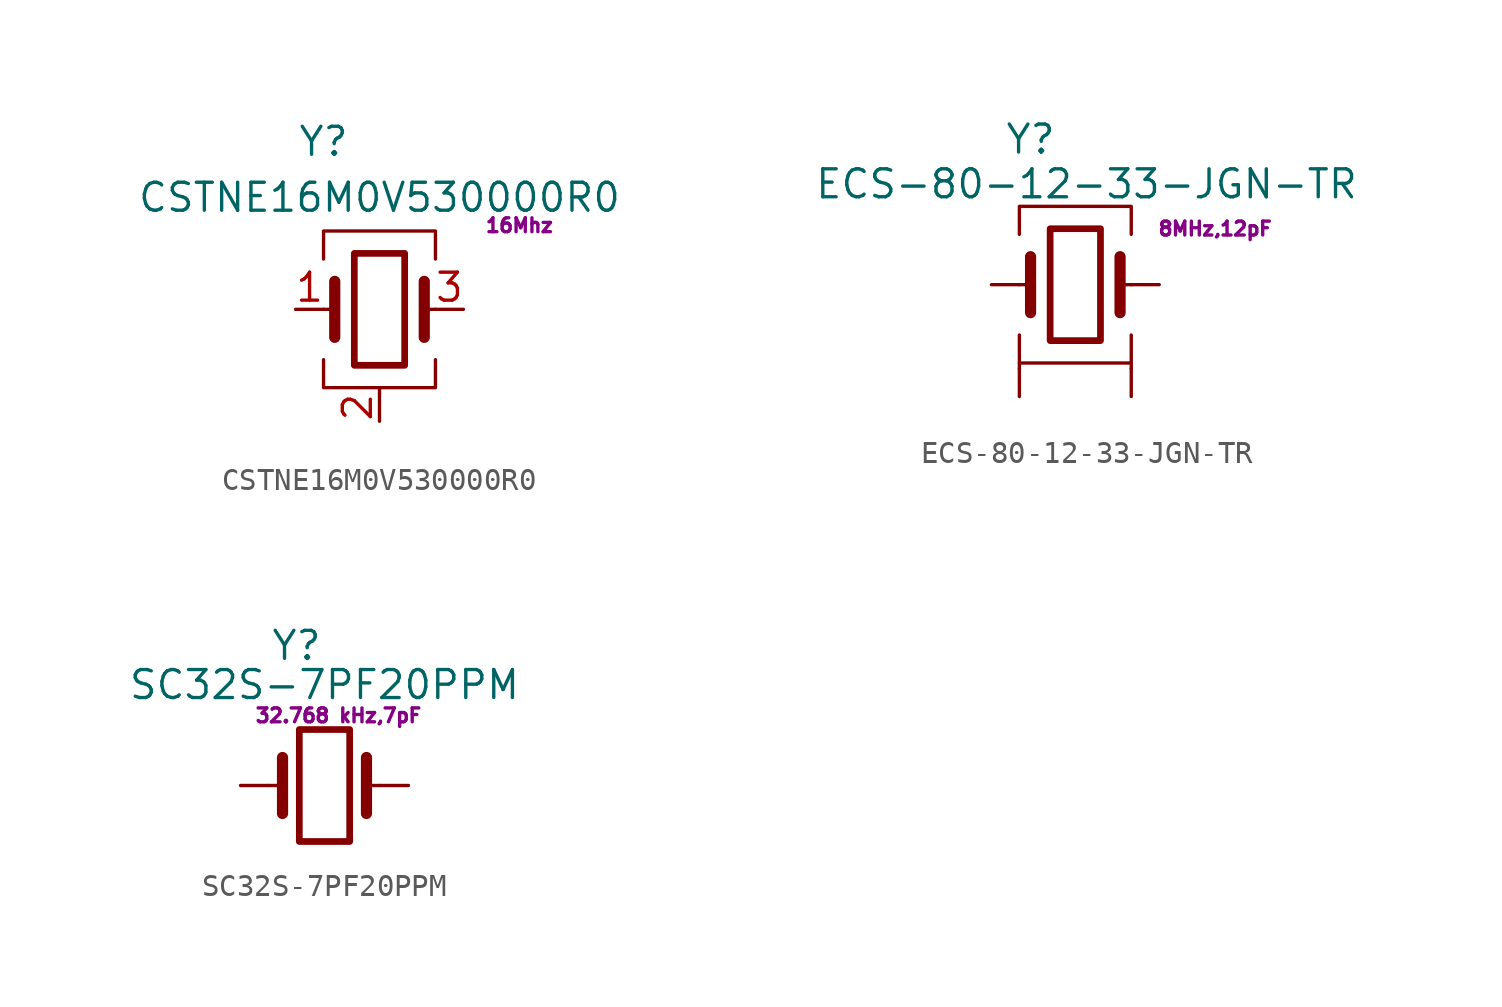
<source format=kicad_sym>
(kicad_symbol_lib
  (version 20241209)
  (generator "kicad_symbol_editor")
  (generator_version "9.0")
  (symbol "CSTNE16M0V530000R0"
    (pin_names
      (hide yes))
    (property "Reference" "Y"
      (at -2.54 7.62 0)
      (effects (font (size 1.27 1.27))))
    (property "Value" "CSTNE16M0V530000R0"
      (at 0 5.08 0)
      (effects (font (size 1.27 1.27))))
    (property "Params" "16Mhz"
      (at 6.35 3.81 0)
      (effects (font (size 0.63 0.63))))
    (symbol "CSTNE16M0V530000R0_0_1"
      (polyline (pts (xy -2.54 2.286) (xy -2.54 3.556) (xy 2.54 3.556) (xy 2.54 2.286)) (stroke (width 0) (type default)) (fill (type none)))
      (polyline (pts (xy -2.54 0) (xy -2.032 0)) (stroke (width 0) (type default)) (fill (type none)))
      (polyline (pts (xy -2.54 -2.286) (xy -2.54 -3.556) (xy 2.54 -3.556) (xy 2.54 -2.286)) (stroke (width 0) (type default)) (fill (type none)))
      (polyline (pts (xy -2.032 -1.27) (xy -2.032 1.27)) (stroke (width 0.508) (type default)) (fill (type none)))
      (rectangle (start -1.143 2.54) (end 1.143 -2.54) (stroke (width 0.305) (type default)) (fill (type none)))
      (polyline (pts (xy 0 -3.81) (xy 0 -3.556)) (stroke (width 0) (type default)) (fill (type none)))
      (polyline (pts (xy 2.032 0) (xy 2.54 0)) (stroke (width 0) (type default)) (fill (type none)))
      (polyline (pts (xy 2.032 -1.27) (xy 2.032 1.27)) (stroke (width 0.508) (type default)) (fill (type none))))
    (symbol "CSTNE16M0V530000R0_1_1"
      (pin passive line (at -3.81 0 0) (length 1.27) (name "1" (effects (font (size 1.27 1.27)))) (number "1" (effects (font (size 1.27 1.27)))))
      (pin power_in line (at 0 -5.08 90) (length 1.27) (name "2" (effects (font (size 1.27 1.27)))) (number "2" (effects (font (size 1.27 1.27)))))
      (pin passive line (at 3.81 0 180) (length 1.27) (name "3" (effects (font (size 1.27 1.27)))) (number "3" (effects (font (size 1.27 1.27)))))))
  (symbol "ECS-80-12-33-JGN-TR"
    (pin_numbers
      (hide yes))
    (pin_names
      (hide yes))
    (property "Reference" "Y"
      (at -2.032 6.604 0)
      (effects (font (size 1.27 1.27))))
    (property "Value" "ECS-80-12-33-JGN-TR"
      (at 0.508 4.572 0)
      (effects (font (size 1.27 1.27))))
    (property "Params" "8MHz,12pF"
      (at 6.35 2.54 0)
      (effects (font (size 0.63 0.63))))
    (symbol "ECS-80-12-33-JGN-TR_0_1"
      (polyline (pts (xy -2.54 2.286) (xy -2.54 3.556) (xy 2.54 3.556) (xy 2.54 2.286)) (stroke (width 0) (type default)) (fill (type none)))
      (polyline (pts (xy -2.54 0) (xy -2.032 0)) (stroke (width 0) (type default)) (fill (type none)))
      (polyline (pts (xy -2.54 -2.286) (xy -2.54 -3.556) (xy 2.54 -3.556) (xy 2.54 -2.286)) (stroke (width 0) (type default)) (fill (type none)))
      (polyline (pts (xy -2.54 -3.81) (xy -2.54 -3.556)) (stroke (width 0) (type default)) (fill (type none)))
      (polyline (pts (xy -2.032 -1.27) (xy -2.032 1.27)) (stroke (width 0.508) (type default)) (fill (type none)))
      (rectangle (start -1.143 2.54) (end 1.143 -2.54) (stroke (width 0.305) (type default)) (fill (type none)))
      (polyline (pts (xy 2.032 0) (xy 2.54 0)) (stroke (width 0) (type default)) (fill (type none)))
      (polyline (pts (xy 2.032 -1.27) (xy 2.032 1.27)) (stroke (width 0.508) (type default)) (fill (type none)))
      (polyline (pts (xy 2.54 -3.81) (xy 2.54 -3.556)) (stroke (width 0) (type default)) (fill (type none))))
    (symbol "ECS-80-12-33-JGN-TR_1_1"
      (pin passive line (at -3.81 0 0) (length 1.27) (name "1" (effects (font (size 1.27 1.27)))) (number "1" (effects (font (size 1.27 1.27)))))
      (pin passive line (at -2.54 -5.08 90) (length 1.27) (name "4" (effects (font (size 1.27 1.27)))) (number "4" (effects (font (size 1.27 1.27)))))
      (pin passive line (at 2.54 -5.08 90) (length 1.27) (name "2" (effects (font (size 1.27 1.27)))) (number "2" (effects (font (size 1.27 1.27)))))
      (pin passive line (at 3.81 0 180) (length 1.27) (name "3" (effects (font (size 1.27 1.27)))) (number "3" (effects (font (size 1.27 1.27)))))))
  (symbol "SC32S-7PF20PPM"
    (pin_numbers
      (hide yes))
    (pin_names
      (offset 0)
      (hide yes))
    (property "Reference" "Y"
      (at -1.27 6.35 0)
      (effects (font (size 1.27 1.27))))
    (property "Value" "SC32S-7PF20PPM"
      (at 0 4.572 0)
      (effects (font (size 1.27 1.27))))
    (property "Params" "32.768 kHz,7pF"
      (at 0.635 3.175 0)
      (effects (font (size 0.63 0.63))))
    (symbol "SC32S-7PF20PPM_0_1"
      (polyline (pts (xy -2.54 0) (xy -1.905 0)) (stroke (width 0) (type default)) (fill (type none)))
      (polyline (pts (xy -1.905 -1.27) (xy -1.905 1.27)) (stroke (width 0.508) (type default)) (fill (type none)))
      (rectangle (start -1.143 2.54) (end 1.143 -2.54) (stroke (width 0.305) (type default)) (fill (type none)))
      (polyline (pts (xy 1.905 -1.27) (xy 1.905 1.27)) (stroke (width 0.508) (type default)) (fill (type none)))
      (polyline (pts (xy 2.54 0) (xy 1.905 0)) (stroke (width 0) (type default)) (fill (type none))))
    (symbol "SC32S-7PF20PPM_1_1"
      (pin passive line (at -3.81 0 0) (length 1.27) (name "1" (effects (font (size 1.27 1.27)))) (number "1" (effects (font (size 1.27 1.27)))))
      (pin passive line (at 3.81 0 180) (length 1.27) (name "2" (effects (font (size 1.27 1.27)))) (number "2" (effects (font (size 1.27 1.27))))))))
</source>
